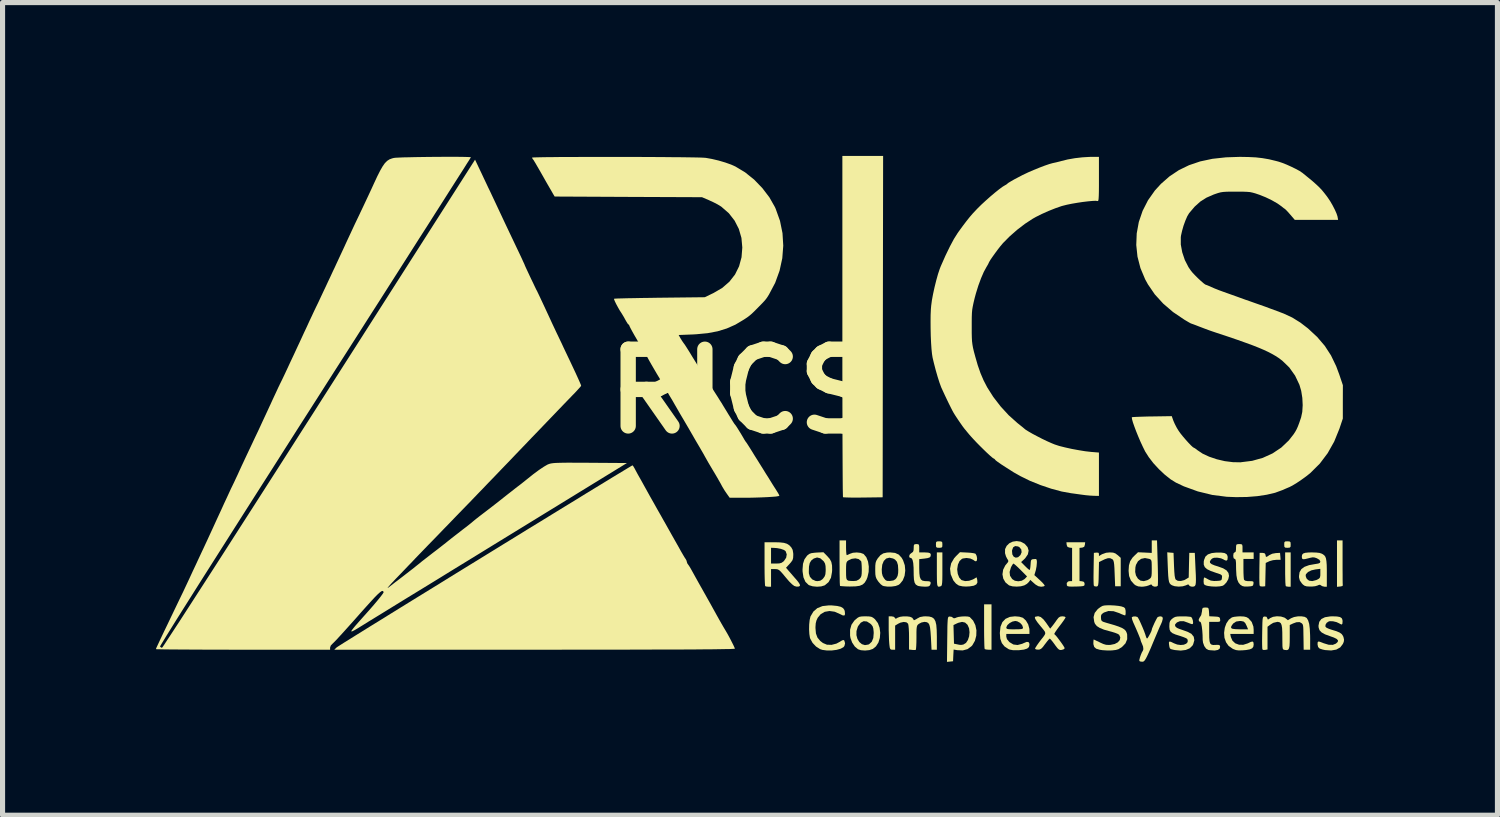
<source format=kicad_pcb>
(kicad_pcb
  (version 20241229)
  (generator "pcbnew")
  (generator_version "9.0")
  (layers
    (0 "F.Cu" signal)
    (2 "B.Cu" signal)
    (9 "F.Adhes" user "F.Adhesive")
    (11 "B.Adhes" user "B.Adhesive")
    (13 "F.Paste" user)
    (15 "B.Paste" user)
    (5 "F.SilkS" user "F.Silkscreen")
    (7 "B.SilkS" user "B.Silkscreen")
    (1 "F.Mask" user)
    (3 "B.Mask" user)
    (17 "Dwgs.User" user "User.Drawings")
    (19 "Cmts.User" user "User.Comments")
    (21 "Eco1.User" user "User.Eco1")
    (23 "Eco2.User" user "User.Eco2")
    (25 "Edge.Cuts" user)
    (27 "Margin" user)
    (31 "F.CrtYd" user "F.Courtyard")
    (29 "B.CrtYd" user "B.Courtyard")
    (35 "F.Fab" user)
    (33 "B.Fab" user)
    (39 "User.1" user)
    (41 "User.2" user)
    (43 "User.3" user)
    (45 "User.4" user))
  (footprint "RICS"
    (layer "F.Cu")
    (at 11.45 4.602)
    (property "Reference" "RICS" (at 0 0 0) (layer "F.SilkS") (effects (font (size 1.5 1.5) (thickness 0.3))))
    (attr board_only exclude_from_pos_files exclude_from_bom)
    (fp_poly (pts (xy 10.743 3.488) (xy 10.743 3.823) (xy 10.701 3.823) (xy 10.663 3.818) (xy 10.647 3.811) (xy 10.643 3.789) (xy 10.639 3.738) (xy 10.637 3.662) (xy 10.635 3.569) (xy 10.635 3.475) (xy 10.635 3.152) (xy 10.689 3.152) (xy 10.743 3.152)) (stroke (width 0) (type solid)) (fill yes) (layer "F.SilkS"))
    (fp_poly (pts (xy 4.892 4.611) (xy 4.892 5.055) (xy 4.831 5.055) (xy 4.786 5.051) (xy 4.76 5.043) (xy 4.759 5.043) (xy 4.755 5.022) (xy 4.752 4.97) (xy 4.75 4.892) (xy 4.748 4.794) (xy 4.747 4.679) (xy 4.747 4.599) (xy 4.747 4.167) (xy 4.819 4.167) (xy 4.892 4.167)) (stroke (width 0) (type solid)) (fill yes) (layer "F.SilkS"))
    (fp_poly (pts (xy 11.758 3.352) (xy 11.758 3.474) (xy 11.759 3.584) (xy 11.759 3.677) (xy 11.76 3.747) (xy 11.762 3.789) (xy 11.762 3.8) (xy 11.75 3.811) (xy 11.713 3.819) (xy 11.708 3.819) (xy 11.649 3.825) (xy 11.649 3.371) (xy 11.649 2.917) (xy 11.704 2.917) (xy 11.758 2.917)) (stroke (width 0) (type solid)) (fill yes) (layer "F.SilkS"))
    (fp_poly (pts (xy 3.91 2.938) (xy 3.928 2.954) (xy 3.931 2.994) (xy 3.931 2.998) (xy 3.929 3.041) (xy 3.913 3.058) (xy 3.873 3.062) (xy 3.868 3.062) (xy 3.825 3.059) (xy 3.808 3.043) (xy 3.805 3.003) (xy 3.805 2.998) (xy 3.807 2.956) (xy 3.823 2.938) (xy 3.863 2.935) (xy 3.868 2.935)) (stroke (width 0) (type solid)) (fill yes) (layer "F.SilkS"))
    (fp_poly (pts (xy 10.722 2.938) (xy 10.74 2.954) (xy 10.743 2.994) (xy 10.743 2.998) (xy 10.741 3.041) (xy 10.725 3.058) (xy 10.685 3.062) (xy 10.68 3.062) (xy 10.637 3.059) (xy 10.62 3.043) (xy 10.617 3.003) (xy 10.617 2.998) (xy 10.619 2.956) (xy 10.635 2.938) (xy 10.675 2.935) (xy 10.68 2.935)) (stroke (width 0) (type solid)) (fill yes) (layer "F.SilkS"))
    (fp_poly (pts (xy 3.931 3.477) (xy 3.931 3.594) (xy 3.93 3.681) (xy 3.927 3.74) (xy 3.922 3.779) (xy 3.915 3.801) (xy 3.905 3.811) (xy 3.903 3.812) (xy 3.875 3.821) (xy 3.855 3.823) (xy 3.841 3.813) (xy 3.831 3.787) (xy 3.826 3.739) (xy 3.824 3.667) (xy 3.823 3.566) (xy 3.823 3.488) (xy 3.823 3.152) (xy 3.877 3.152) (xy 3.931 3.152)) (stroke (width 0) (type solid)) (fill yes) (layer "F.SilkS"))
    (fp_poly (pts (xy 2.767 -1.264) (xy 2.763 2.074) (xy 2.381 2.079) (xy 2.267 2.08) (xy 2.165 2.08) (xy 2.082 2.078) (xy 2.021 2.076) (xy 1.99 2.073) (xy 1.987 2.072) (xy 1.986 2.053) (xy 1.985 1.999) (xy 1.983 1.913) (xy 1.982 1.796) (xy 1.981 1.65) (xy 1.98 1.476) (xy 1.979 1.278) (xy 1.978 1.055) (xy 1.977 0.811) (xy 1.977 0.547) (xy 1.976 0.264) (xy 1.976 -0.035) (xy 1.975 -0.349) (xy 1.975 -0.675) (xy 1.975 -1.013) (xy 1.975 -1.271) (xy 1.975 -4.602) (xy 2.373 -4.602) (xy 2.772 -4.602)) (stroke (width 0) (type solid)) (fill yes) (layer "F.SilkS"))
    (fp_poly (pts (xy 10.232 3.168) (xy 10.249 3.192) (xy 10.251 3.202) (xy 10.257 3.233) (xy 10.271 3.24) (xy 10.299 3.224) (xy 10.324 3.206) (xy 10.382 3.178) (xy 10.454 3.165) (xy 10.454 3.165) (xy 10.535 3.161) (xy 10.541 3.229) (xy 10.546 3.297) (xy 10.464 3.297) (xy 10.397 3.304) (xy 10.332 3.322) (xy 10.319 3.328) (xy 10.255 3.358) (xy 10.25 3.586) (xy 10.245 3.814) (xy 10.195 3.819) (xy 10.153 3.816) (xy 10.136 3.801) (xy 10.133 3.775) (xy 10.131 3.72) (xy 10.13 3.641) (xy 10.131 3.546) (xy 10.131 3.469) (xy 10.136 3.161) (xy 10.191 3.161)) (stroke (width 0) (type solid)) (fill yes) (layer "F.SilkS"))
    (fp_poly (pts (xy 6.718 3.003) (xy 6.705 3.042) (xy 6.671 3.057) (xy 6.663 3.058) (xy 6.613 3.064) (xy 6.613 3.388) (xy 6.613 3.712) (xy 6.663 3.717) (xy 6.7 3.729) (xy 6.712 3.758) (xy 6.712 3.768) (xy 6.711 3.79) (xy 6.702 3.803) (xy 6.679 3.811) (xy 6.635 3.816) (xy 6.562 3.819) (xy 6.545 3.819) (xy 6.463 3.821) (xy 6.412 3.819) (xy 6.382 3.813) (xy 6.368 3.801) (xy 6.366 3.797) (xy 6.363 3.751) (xy 6.389 3.721) (xy 6.422 3.714) (xy 6.468 3.714) (xy 6.468 3.389) (xy 6.468 3.064) (xy 6.418 3.058) (xy 6.379 3.045) (xy 6.364 3.011) (xy 6.362 3.003) (xy 6.357 2.953) (xy 6.54 2.953) (xy 6.724 2.953)) (stroke (width 0) (type solid)) (fill yes) (layer "F.SilkS"))
    (fp_poly (pts (xy 8.39 3.156) (xy 8.452 3.161) (xy 8.461 3.408) (xy 8.467 3.526) (xy 8.474 3.61) (xy 8.485 3.663) (xy 8.495 3.684) (xy 8.536 3.708) (xy 8.596 3.711) (xy 8.662 3.694) (xy 8.691 3.678) (xy 8.749 3.643) (xy 8.754 3.402) (xy 8.76 3.161) (xy 8.814 3.161) (xy 8.868 3.161) (xy 8.882 3.477) (xy 8.888 3.597) (xy 8.89 3.685) (xy 8.888 3.746) (xy 8.882 3.786) (xy 8.869 3.809) (xy 8.85 3.819) (xy 8.822 3.822) (xy 8.809 3.822) (xy 8.772 3.812) (xy 8.757 3.796) (xy 8.746 3.78) (xy 8.724 3.782) (xy 8.695 3.796) (xy 8.631 3.815) (xy 8.552 3.821) (xy 8.474 3.813) (xy 8.422 3.795) (xy 8.397 3.779) (xy 8.378 3.758) (xy 8.364 3.726) (xy 8.355 3.678) (xy 8.348 3.608) (xy 8.343 3.513) (xy 8.339 3.418) (xy 8.329 3.15)) (stroke (width 0) (type solid)) (fill yes) (layer "F.SilkS"))
    (fp_poly (pts (xy 7.27 3.156) (xy 7.315 3.172) (xy 7.359 3.205) (xy 7.36 3.205) (xy 7.419 3.258) (xy 7.419 3.536) (xy 7.419 3.814) (xy 7.365 3.814) (xy 7.31 3.814) (xy 7.3 3.562) (xy 7.296 3.46) (xy 7.291 3.388) (xy 7.284 3.34) (xy 7.275 3.31) (xy 7.263 3.292) (xy 7.256 3.286) (xy 7.215 3.266) (xy 7.169 3.265) (xy 7.109 3.285) (xy 7.076 3.301) (xy 6.994 3.34) (xy 6.989 3.577) (xy 6.987 3.673) (xy 6.984 3.739) (xy 6.979 3.781) (xy 6.972 3.804) (xy 6.961 3.815) (xy 6.945 3.819) (xy 6.943 3.819) (xy 6.908 3.815) (xy 6.893 3.801) (xy 6.89 3.775) (xy 6.888 3.72) (xy 6.887 3.641) (xy 6.888 3.546) (xy 6.889 3.469) (xy 6.894 3.161) (xy 6.943 3.156) (xy 6.98 3.157) (xy 6.993 3.176) (xy 6.993 3.187) (xy 6.993 3.224) (xy 7.052 3.188) (xy 7.133 3.159) (xy 7.206 3.152)) (stroke (width 0) (type solid)) (fill yes) (layer "F.SilkS"))
    (fp_poly (pts (xy 4.419 3.155) (xy 4.489 3.16) (xy 4.545 3.168) (xy 4.577 3.177) (xy 4.58 3.18) (xy 4.601 3.219) (xy 4.61 3.269) (xy 4.605 3.31) (xy 4.603 3.314) (xy 4.587 3.327) (xy 4.562 3.318) (xy 4.538 3.3) (xy 4.477 3.271) (xy 4.402 3.261) (xy 4.331 3.271) (xy 4.311 3.28) (xy 4.266 3.322) (xy 4.235 3.39) (xy 4.222 3.473) (xy 4.221 3.488) (xy 4.232 3.572) (xy 4.26 3.643) (xy 4.303 3.691) (xy 4.311 3.695) (xy 4.376 3.713) (xy 4.453 3.707) (xy 4.528 3.681) (xy 4.537 3.676) (xy 4.6 3.639) (xy 4.613 3.688) (xy 4.616 3.741) (xy 4.595 3.778) (xy 4.546 3.803) (xy 4.467 3.816) (xy 4.393 3.82) (xy 4.327 3.816) (xy 4.265 3.803) (xy 4.246 3.796) (xy 4.197 3.762) (xy 4.15 3.706) (xy 4.142 3.693) (xy 4.094 3.58) (xy 4.081 3.47) (xy 4.103 3.365) (xy 4.161 3.266) (xy 4.195 3.228) (xy 4.275 3.148)) (stroke (width 0) (type solid)) (fill yes) (layer "F.SilkS"))
    (fp_poly (pts (xy 1.771 4.189) (xy 1.873 4.199) (xy 1.944 4.216) (xy 1.989 4.242) (xy 2.015 4.279) (xy 2.022 4.304) (xy 2.027 4.36) (xy 2.015 4.386) (xy 1.982 4.384) (xy 1.929 4.358) (xy 1.824 4.312) (xy 1.723 4.298) (xy 1.63 4.314) (xy 1.551 4.36) (xy 1.493 4.43) (xy 1.468 4.483) (xy 1.454 4.539) (xy 1.449 4.612) (xy 1.449 4.632) (xy 1.458 4.737) (xy 1.488 4.818) (xy 1.543 4.884) (xy 1.595 4.924) (xy 1.673 4.957) (xy 1.764 4.96) (xy 1.858 4.936) (xy 1.922 4.902) (xy 1.969 4.873) (xy 1.997 4.865) (xy 2.013 4.876) (xy 2.028 4.929) (xy 2.015 4.982) (xy 1.997 5.005) (xy 1.941 5.036) (xy 1.861 5.058) (xy 1.767 5.07) (xy 1.672 5.07) (xy 1.586 5.059) (xy 1.54 5.044) (xy 1.46 4.993) (xy 1.392 4.921) (xy 1.347 4.839) (xy 1.34 4.818) (xy 1.329 4.747) (xy 1.324 4.657) (xy 1.326 4.562) (xy 1.335 4.475) (xy 1.35 4.409) (xy 1.353 4.402) (xy 1.408 4.309) (xy 1.485 4.242) (xy 1.586 4.202) (xy 1.711 4.188)) (stroke (width 0) (type solid)) (fill yes) (layer "F.SilkS"))
    (fp_poly (pts (xy 2.495 4.404) (xy 2.54 4.411) (xy 2.573 4.427) (xy 2.609 4.456) (xy 2.615 4.462) (xy 2.67 4.535) (xy 2.703 4.625) (xy 2.716 4.724) (xy 2.708 4.823) (xy 2.68 4.915) (xy 2.632 4.99) (xy 2.572 5.039) (xy 2.503 5.063) (xy 2.419 5.071) (xy 2.338 5.065) (xy 2.281 5.046) (xy 2.219 4.994) (xy 2.167 4.917) (xy 2.134 4.827) (xy 2.126 4.78) (xy 2.126 4.771) (xy 2.25 4.771) (xy 2.27 4.845) (xy 2.307 4.905) (xy 2.357 4.947) (xy 2.417 4.965) (xy 2.484 4.954) (xy 2.501 4.945) (xy 2.55 4.899) (xy 2.58 4.826) (xy 2.588 4.73) (xy 2.587 4.705) (xy 2.58 4.639) (xy 2.566 4.596) (xy 2.54 4.562) (xy 2.521 4.545) (xy 2.455 4.503) (xy 2.392 4.497) (xy 2.335 4.526) (xy 2.286 4.589) (xy 2.276 4.608) (xy 2.251 4.691) (xy 2.25 4.771) (xy 2.126 4.771) (xy 2.126 4.663) (xy 2.153 4.567) (xy 2.209 4.486) (xy 2.229 4.468) (xy 2.27 4.433) (xy 2.305 4.413) (xy 2.346 4.405) (xy 2.408 4.402) (xy 2.426 4.402)) (stroke (width 0) (type solid)) (fill yes) (layer "F.SilkS"))
    (fp_poly (pts (xy 9.115 4.232) (xy 9.134 4.244) (xy 9.142 4.275) (xy 9.146 4.315) (xy 9.151 4.401) (xy 9.254 4.406) (xy 9.313 4.41) (xy 9.344 4.419) (xy 9.358 4.435) (xy 9.363 4.461) (xy 9.365 4.489) (xy 9.356 4.504) (xy 9.329 4.51) (xy 9.276 4.511) (xy 9.259 4.511) (xy 9.149 4.511) (xy 9.149 4.717) (xy 9.15 4.818) (xy 9.156 4.887) (xy 9.168 4.931) (xy 9.191 4.954) (xy 9.226 4.963) (xy 9.277 4.961) (xy 9.279 4.961) (xy 9.33 4.96) (xy 9.355 4.97) (xy 9.363 4.988) (xy 9.357 5.031) (xy 9.321 5.059) (xy 9.257 5.071) (xy 9.168 5.065) (xy 9.134 5.06) (xy 9.09 5.035) (xy 9.053 4.984) (xy 9.029 4.917) (xy 9.022 4.863) (xy 9.02 4.769) (xy 9.014 4.681) (xy 9.005 4.604) (xy 8.994 4.547) (xy 8.982 4.515) (xy 8.976 4.511) (xy 8.95 4.498) (xy 8.944 4.467) (xy 8.96 4.43) (xy 8.967 4.421) (xy 8.994 4.376) (xy 9.007 4.311) (xy 9.008 4.308) (xy 9.013 4.26) (xy 9.025 4.237) (xy 9.053 4.231) (xy 9.077 4.23)) (stroke (width 0) (type solid)) (fill yes) (layer "F.SilkS"))
    (fp_poly (pts (xy 3.458 2.992) (xy 3.473 3.005) (xy 3.478 3.04) (xy 3.478 3.071) (xy 3.478 3.152) (xy 3.586 3.152) (xy 3.654 3.156) (xy 3.692 3.168) (xy 3.705 3.194) (xy 3.7 3.229) (xy 3.684 3.249) (xy 3.644 3.263) (xy 3.585 3.272) (xy 3.478 3.284) (xy 3.478 3.459) (xy 3.481 3.561) (xy 3.49 3.632) (xy 3.509 3.678) (xy 3.539 3.703) (xy 3.585 3.713) (xy 3.614 3.714) (xy 3.672 3.717) (xy 3.699 3.73) (xy 3.702 3.757) (xy 3.694 3.782) (xy 3.68 3.806) (xy 3.655 3.818) (xy 3.609 3.822) (xy 3.583 3.822) (xy 3.52 3.818) (xy 3.467 3.81) (xy 3.448 3.804) (xy 3.411 3.781) (xy 3.388 3.743) (xy 3.375 3.683) (xy 3.37 3.594) (xy 3.37 3.573) (xy 3.368 3.45) (xy 3.361 3.36) (xy 3.348 3.3) (xy 3.33 3.268) (xy 3.312 3.261) (xy 3.286 3.249) (xy 3.282 3.221) (xy 3.296 3.188) (xy 3.328 3.162) (xy 3.329 3.162) (xy 3.356 3.142) (xy 3.368 3.108) (xy 3.37 3.067) (xy 3.372 3.018) (xy 3.382 2.996) (xy 3.407 2.99) (xy 3.424 2.989)) (stroke (width 0) (type solid)) (fill yes) (layer "F.SilkS"))
    (fp_poly (pts (xy 9.777 2.991) (xy 9.795 3.003) (xy 9.801 3.035) (xy 9.801 3.071) (xy 9.801 3.152) (xy 9.91 3.152) (xy 10.019 3.152) (xy 10.019 3.216) (xy 10.019 3.279) (xy 9.919 3.279) (xy 9.819 3.279) (xy 9.819 3.468) (xy 9.82 3.55) (xy 9.823 3.619) (xy 9.827 3.668) (xy 9.83 3.685) (xy 9.85 3.704) (xy 9.895 3.713) (xy 9.931 3.714) (xy 9.984 3.715) (xy 10.01 3.722) (xy 10.017 3.74) (xy 10.015 3.764) (xy 10.009 3.792) (xy 9.994 3.808) (xy 9.96 3.815) (xy 9.907 3.819) (xy 9.843 3.82) (xy 9.799 3.81) (xy 9.764 3.788) (xy 9.757 3.783) (xy 9.722 3.74) (xy 9.697 3.681) (xy 9.682 3.599) (xy 9.676 3.488) (xy 9.675 3.438) (xy 9.674 3.359) (xy 9.669 3.311) (xy 9.661 3.286) (xy 9.648 3.279) (xy 9.647 3.279) (xy 9.627 3.265) (xy 9.62 3.222) (xy 9.62 3.216) (xy 9.626 3.169) (xy 9.645 3.152) (xy 9.647 3.152) (xy 9.665 3.142) (xy 9.673 3.105) (xy 9.674 3.071) (xy 9.676 3.021) (xy 9.685 2.997) (xy 9.71 2.99) (xy 9.738 2.989)) (stroke (width 0) (type solid)) (fill yes) (layer "F.SilkS"))
    (fp_poly (pts (xy 1.68 3.225) (xy 1.729 3.281) (xy 1.759 3.338) (xy 1.773 3.407) (xy 1.775 3.498) (xy 1.772 3.538) (xy 1.752 3.648) (xy 1.705 3.733) (xy 1.634 3.793) (xy 1.627 3.797) (xy 1.561 3.817) (xy 1.479 3.823) (xy 1.395 3.815) (xy 1.326 3.794) (xy 1.311 3.785) (xy 1.252 3.727) (xy 1.214 3.64) (xy 1.197 3.526) (xy 1.197 3.524) (xy 1.319 3.524) (xy 1.32 3.562) (xy 1.34 3.628) (xy 1.386 3.68) (xy 1.451 3.71) (xy 1.486 3.714) (xy 1.541 3.706) (xy 1.584 3.678) (xy 1.602 3.658) (xy 1.629 3.62) (xy 1.643 3.579) (xy 1.648 3.521) (xy 1.649 3.488) (xy 1.646 3.418) (xy 1.636 3.371) (xy 1.615 3.333) (xy 1.603 3.319) (xy 1.543 3.267) (xy 1.48 3.251) (xy 1.415 3.272) (xy 1.414 3.273) (xy 1.367 3.31) (xy 1.337 3.359) (xy 1.322 3.429) (xy 1.319 3.524) (xy 1.197 3.524) (xy 1.196 3.487) (xy 1.205 3.375) (xy 1.233 3.288) (xy 1.283 3.218) (xy 1.294 3.207) (xy 1.327 3.182) (xy 1.367 3.167) (xy 1.425 3.159) (xy 1.474 3.155) (xy 1.605 3.149)) (stroke (width 0) (type solid)) (fill yes) (layer "F.SilkS"))
    (fp_poly (pts (xy 3.006 3.162) (xy 3.078 3.195) (xy 3.134 3.256) (xy 3.162 3.305) (xy 3.196 3.404) (xy 3.205 3.508) (xy 3.192 3.609) (xy 3.157 3.698) (xy 3.101 3.767) (xy 3.073 3.788) (xy 3.016 3.809) (xy 2.939 3.82) (xy 2.857 3.821) (xy 2.786 3.811) (xy 2.759 3.801) (xy 2.725 3.775) (xy 2.685 3.731) (xy 2.669 3.709) (xy 2.643 3.668) (xy 2.628 3.629) (xy 2.62 3.58) (xy 2.618 3.511) (xy 2.618 3.488) (xy 2.618 3.485) (xy 2.745 3.485) (xy 2.749 3.559) (xy 2.763 3.612) (xy 2.788 3.656) (xy 2.818 3.693) (xy 2.848 3.709) (xy 2.894 3.711) (xy 2.912 3.71) (xy 2.972 3.701) (xy 3.011 3.678) (xy 3.032 3.655) (xy 3.055 3.612) (xy 3.066 3.556) (xy 3.068 3.492) (xy 3.062 3.4) (xy 3.042 3.335) (xy 3.005 3.292) (xy 2.967 3.271) (xy 2.894 3.255) (xy 2.832 3.272) (xy 2.785 3.319) (xy 2.755 3.392) (xy 2.745 3.485) (xy 2.618 3.485) (xy 2.619 3.41) (xy 2.625 3.357) (xy 2.638 3.317) (xy 2.661 3.278) (xy 2.668 3.267) (xy 2.719 3.207) (xy 2.775 3.171) (xy 2.847 3.155) (xy 2.91 3.152)) (stroke (width 0) (type solid)) (fill yes) (layer "F.SilkS"))
    (fp_poly (pts (xy 4.428 4.406) (xy 4.465 4.415) (xy 4.466 4.416) (xy 4.532 4.485) (xy 4.576 4.574) (xy 4.597 4.675) (xy 4.594 4.78) (xy 4.568 4.88) (xy 4.518 4.967) (xy 4.5 4.987) (xy 4.423 5.044) (xy 4.329 5.069) (xy 4.222 5.064) (xy 4.151 5.052) (xy 4.145 5.166) (xy 4.14 5.281) (xy 4.081 5.287) (xy 4.021 5.293) (xy 4.026 4.852) (xy 4.028 4.715) (xy 4.029 4.609) (xy 4.03 4.573) (xy 4.148 4.573) (xy 4.153 4.755) (xy 4.158 4.937) (xy 4.212 4.948) (xy 4.265 4.959) (xy 4.299 4.961) (xy 4.329 4.956) (xy 4.343 4.953) (xy 4.393 4.922) (xy 4.43 4.866) (xy 4.454 4.794) (xy 4.462 4.714) (xy 4.453 4.636) (xy 4.424 4.57) (xy 4.422 4.567) (xy 4.375 4.524) (xy 4.316 4.511) (xy 4.242 4.529) (xy 4.212 4.542) (xy 4.148 4.573) (xy 4.03 4.573) (xy 4.032 4.531) (xy 4.035 4.477) (xy 4.039 4.442) (xy 4.045 4.421) (xy 4.053 4.411) (xy 4.064 4.407) (xy 4.07 4.406) (xy 4.112 4.412) (xy 4.133 4.426) (xy 4.156 4.441) (xy 4.186 4.435) (xy 4.202 4.427) (xy 4.245 4.414) (xy 4.305 4.406) (xy 4.371 4.403)) (stroke (width 0) (type solid)) (fill yes) (layer "F.SilkS"))
    (fp_poly (pts (xy 9.829 4.406) (xy 9.879 4.418) (xy 9.917 4.44) (xy 9.981 4.512) (xy 10.014 4.603) (xy 10.019 4.664) (xy 10.019 4.747) (xy 9.79 4.747) (xy 9.561 4.747) (xy 9.573 4.806) (xy 9.604 4.878) (xy 9.659 4.93) (xy 9.732 4.957) (xy 9.815 4.959) (xy 9.901 4.932) (xy 9.906 4.93) (xy 9.964 4.902) (xy 9.998 4.895) (xy 10.014 4.91) (xy 10.019 4.947) (xy 10.019 4.955) (xy 10.012 4.998) (xy 9.989 5.028) (xy 9.944 5.048) (xy 9.873 5.061) (xy 9.801 5.067) (xy 9.728 5.069) (xy 9.673 5.062) (xy 9.622 5.043) (xy 9.603 5.033) (xy 9.528 4.979) (xy 9.479 4.91) (xy 9.448 4.822) (xy 9.441 4.725) (xy 9.454 4.628) (xy 9.46 4.609) (xy 9.577 4.609) (xy 9.58 4.632) (xy 9.606 4.646) (xy 9.661 4.653) (xy 9.747 4.656) (xy 9.761 4.656) (xy 9.91 4.656) (xy 9.882 4.589) (xy 9.854 4.533) (xy 9.822 4.504) (xy 9.773 4.494) (xy 9.75 4.493) (xy 9.677 4.504) (xy 9.622 4.54) (xy 9.594 4.576) (xy 9.577 4.609) (xy 9.46 4.609) (xy 9.486 4.539) (xy 9.534 4.468) (xy 9.594 4.423) (xy 9.637 4.412) (xy 9.7 4.405) (xy 9.754 4.402)) (stroke (width 0) (type solid)) (fill yes) (layer "F.SilkS"))
    (fp_poly (pts (xy 11.648 4.405) (xy 11.707 4.416) (xy 11.741 4.438) (xy 11.756 4.473) (xy 11.758 4.503) (xy 11.754 4.549) (xy 11.738 4.563) (xy 11.705 4.548) (xy 11.693 4.54) (xy 11.639 4.515) (xy 11.571 4.499) (xy 11.508 4.497) (xy 11.488 4.502) (xy 11.447 4.529) (xy 11.423 4.57) (xy 11.424 4.607) (xy 11.446 4.626) (xy 11.492 4.647) (xy 11.546 4.665) (xy 11.638 4.693) (xy 11.701 4.72) (xy 11.742 4.75) (xy 11.767 4.787) (xy 11.776 4.81) (xy 11.787 4.859) (xy 11.781 4.902) (xy 11.764 4.942) (xy 11.712 5.01) (xy 11.635 5.053) (xy 11.535 5.07) (xy 11.416 5.062) (xy 11.369 5.052) (xy 11.31 5.033) (xy 11.28 5.003) (xy 11.269 4.955) (xy 11.269 4.941) (xy 11.271 4.909) (xy 11.284 4.895) (xy 11.312 4.899) (xy 11.365 4.919) (xy 11.387 4.928) (xy 11.485 4.958) (xy 11.568 4.96) (xy 11.627 4.936) (xy 11.663 4.903) (xy 11.669 4.873) (xy 11.644 4.845) (xy 11.586 4.816) (xy 11.512 4.79) (xy 11.414 4.754) (xy 11.348 4.717) (xy 11.308 4.675) (xy 11.29 4.623) (xy 11.287 4.586) (xy 11.302 4.51) (xy 11.343 4.455) (xy 11.413 4.42) (xy 11.513 4.404) (xy 11.559 4.402)) (stroke (width 0) (type solid)) (fill yes) (layer "F.SilkS"))
    (fp_poly (pts (xy 5.436 4.409) (xy 5.501 4.429) (xy 5.508 4.432) (xy 5.565 4.485) (xy 5.609 4.559) (xy 5.632 4.643) (xy 5.634 4.672) (xy 5.634 4.747) (xy 5.408 4.747) (xy 5.181 4.747) (xy 5.181 4.799) (xy 5.194 4.848) (xy 5.235 4.898) (xy 5.245 4.908) (xy 5.32 4.953) (xy 5.402 4.963) (xy 5.493 4.939) (xy 5.517 4.928) (xy 5.577 4.903) (xy 5.614 4.904) (xy 5.632 4.932) (xy 5.634 4.961) (xy 5.624 5.003) (xy 5.589 5.033) (xy 5.526 5.053) (xy 5.433 5.064) (xy 5.407 5.065) (xy 5.315 5.065) (xy 5.25 5.053) (xy 5.226 5.044) (xy 5.146 4.991) (xy 5.094 4.926) (xy 5.064 4.842) (xy 5.055 4.733) (xy 5.055 4.725) (xy 5.066 4.621) (xy 5.181 4.621) (xy 5.185 4.638) (xy 5.199 4.648) (xy 5.23 4.654) (xy 5.286 4.656) (xy 5.345 4.656) (xy 5.422 4.655) (xy 5.471 4.652) (xy 5.496 4.646) (xy 5.506 4.634) (xy 5.508 4.622) (xy 5.491 4.574) (xy 5.451 4.53) (xy 5.396 4.5) (xy 5.356 4.493) (xy 5.3 4.505) (xy 5.245 4.535) (xy 5.202 4.574) (xy 5.182 4.616) (xy 5.181 4.621) (xy 5.066 4.621) (xy 5.067 4.607) (xy 5.104 4.516) (xy 5.166 4.451) (xy 5.252 4.413) (xy 5.349 4.402)) (stroke (width 0) (type solid)) (fill yes) (layer "F.SilkS"))
    (fp_poly (pts (xy 8.142 3.352) (xy 8.145 3.474) (xy 8.147 3.585) (xy 8.148 3.678) (xy 8.147 3.75) (xy 8.145 3.793) (xy 8.143 3.805) (xy 8.116 3.82) (xy 8.076 3.821) (xy 8.042 3.808) (xy 8.033 3.796) (xy 8.021 3.78) (xy 8 3.782) (xy 7.971 3.796) (xy 7.921 3.812) (xy 7.856 3.822) (xy 7.829 3.823) (xy 7.762 3.817) (xy 7.712 3.797) (xy 7.681 3.774) (xy 7.618 3.702) (xy 7.583 3.613) (xy 7.575 3.534) (xy 7.702 3.534) (xy 7.717 3.603) (xy 7.755 3.665) (xy 7.755 3.666) (xy 7.806 3.704) (xy 7.871 3.714) (xy 7.941 3.695) (xy 7.973 3.677) (xy 7.998 3.658) (xy 8.013 3.638) (xy 8.021 3.608) (xy 8.025 3.562) (xy 8.026 3.489) (xy 8.026 3.468) (xy 8.025 3.388) (xy 8.023 3.337) (xy 8.016 3.307) (xy 8.004 3.291) (xy 7.984 3.281) (xy 7.979 3.279) (xy 7.893 3.262) (xy 7.818 3.278) (xy 7.757 3.324) (xy 7.717 3.396) (xy 7.706 3.445) (xy 7.702 3.534) (xy 7.575 3.534) (xy 7.573 3.511) (xy 7.58 3.406) (xy 7.604 3.324) (xy 7.649 3.255) (xy 7.683 3.22) (xy 7.757 3.149) (xy 7.891 3.155) (xy 8.026 3.162) (xy 8.026 3.039) (xy 8.026 2.917) (xy 8.077 2.917) (xy 8.129 2.917)) (stroke (width 0) (type solid)) (fill yes) (layer "F.SilkS"))
    (fp_poly (pts (xy 9.448 3.164) (xy 9.489 3.186) (xy 9.508 3.221) (xy 9.511 3.252) (xy 9.505 3.299) (xy 9.483 3.314) (xy 9.444 3.299) (xy 9.424 3.287) (xy 9.381 3.268) (xy 9.321 3.257) (xy 9.301 3.255) (xy 9.244 3.257) (xy 9.207 3.272) (xy 9.183 3.295) (xy 9.163 3.329) (xy 9.166 3.356) (xy 9.196 3.381) (xy 9.255 3.406) (xy 9.323 3.427) (xy 9.422 3.463) (xy 9.489 3.504) (xy 9.526 3.554) (xy 9.537 3.611) (xy 9.523 3.676) (xy 9.486 3.74) (xy 9.438 3.79) (xy 9.408 3.806) (xy 9.356 3.816) (xy 9.282 3.821) (xy 9.202 3.818) (xy 9.129 3.809) (xy 9.099 3.802) (xy 9.061 3.788) (xy 9.044 3.764) (xy 9.04 3.72) (xy 9.04 3.713) (xy 9.043 3.668) (xy 9.051 3.643) (xy 9.054 3.642) (xy 9.077 3.65) (xy 9.117 3.672) (xy 9.128 3.679) (xy 9.181 3.703) (xy 9.243 3.711) (xy 9.291 3.71) (xy 9.349 3.706) (xy 9.38 3.698) (xy 9.394 3.681) (xy 9.399 3.649) (xy 9.399 3.647) (xy 9.401 3.616) (xy 9.392 3.596) (xy 9.367 3.58) (xy 9.317 3.562) (xy 9.287 3.553) (xy 9.181 3.516) (xy 9.108 3.48) (xy 9.063 3.44) (xy 9.043 3.391) (xy 9.043 3.331) (xy 9.049 3.3) (xy 9.075 3.235) (xy 9.124 3.191) (xy 9.2 3.165) (xy 9.282 3.156) (xy 9.38 3.155)) (stroke (width 0) (type solid)) (fill yes) (layer "F.SilkS"))
    (fp_poly (pts (xy 0.752 2.956) (xy 0.832 2.965) (xy 0.891 2.983) (xy 0.937 3.012) (xy 0.977 3.055) (xy 1.003 3.103) (xy 1.014 3.169) (xy 1.015 3.2) (xy 1.012 3.26) (xy 1 3.303) (xy 0.971 3.344) (xy 0.944 3.375) (xy 0.873 3.452) (xy 0.921 3.508) (xy 0.958 3.55) (xy 1.007 3.607) (xy 1.059 3.667) (xy 1.06 3.667) (xy 1.113 3.731) (xy 1.141 3.775) (xy 1.147 3.801) (xy 1.131 3.816) (xy 1.117 3.82) (xy 1.076 3.821) (xy 1.034 3.808) (xy 0.989 3.774) (xy 0.933 3.718) (xy 0.868 3.642) (xy 0.81 3.572) (xy 0.769 3.526) (xy 0.738 3.498) (xy 0.711 3.484) (xy 0.683 3.479) (xy 0.657 3.478) (xy 0.58 3.478) (xy 0.58 3.651) (xy 0.58 3.823) (xy 0.528 3.823) (xy 0.487 3.819) (xy 0.465 3.811) (xy 0.462 3.79) (xy 0.459 3.738) (xy 0.456 3.66) (xy 0.454 3.562) (xy 0.453 3.449) (xy 0.453 3.376) (xy 0.453 3.062) (xy 0.58 3.062) (xy 0.58 3.216) (xy 0.58 3.37) (xy 0.681 3.37) (xy 0.744 3.367) (xy 0.786 3.355) (xy 0.822 3.33) (xy 0.835 3.317) (xy 0.876 3.255) (xy 0.887 3.19) (xy 0.866 3.13) (xy 0.864 3.127) (xy 0.83 3.103) (xy 0.77 3.082) (xy 0.696 3.068) (xy 0.63 3.063) (xy 0.58 3.062) (xy 0.453 3.062) (xy 0.453 2.953) (xy 0.644 2.953)) (stroke (width 0) (type solid)) (fill yes) (layer "F.SilkS"))
    (fp_poly (pts (xy 8.234 4.414) (xy 8.242 4.448) (xy 8.227 4.507) (xy 8.208 4.552) (xy 8.182 4.608) (xy 8.15 4.682) (xy 8.118 4.758) (xy 8.117 4.76) (xy 8.055 4.907) (xy 8.006 5.025) (xy 7.966 5.115) (xy 7.935 5.182) (xy 7.91 5.23) (xy 7.89 5.261) (xy 7.874 5.279) (xy 7.858 5.288) (xy 7.841 5.29) (xy 7.836 5.29) (xy 7.799 5.285) (xy 7.783 5.275) (xy 7.784 5.251) (xy 7.795 5.207) (xy 7.813 5.155) (xy 7.832 5.109) (xy 7.849 5.08) (xy 7.85 5.08) (xy 7.862 5.045) (xy 7.856 4.992) (xy 7.835 4.939) (xy 7.817 4.897) (xy 7.808 4.869) (xy 7.808 4.868) (xy 7.803 4.846) (xy 7.785 4.801) (xy 7.755 4.728) (xy 7.712 4.628) (xy 7.661 4.514) (xy 7.643 4.465) (xy 7.636 4.428) (xy 7.637 4.419) (xy 7.663 4.406) (xy 7.705 4.404) (xy 7.743 4.414) (xy 7.747 4.416) (xy 7.762 4.438) (xy 7.787 4.485) (xy 7.816 4.549) (xy 7.847 4.62) (xy 7.876 4.691) (xy 7.898 4.751) (xy 7.909 4.787) (xy 7.922 4.823) (xy 7.934 4.837) (xy 7.948 4.823) (xy 7.97 4.787) (xy 7.995 4.741) (xy 8.016 4.698) (xy 8.026 4.668) (xy 8.026 4.665) (xy 8.033 4.638) (xy 8.053 4.591) (xy 8.078 4.534) (xy 8.106 4.478) (xy 8.129 4.435) (xy 8.143 4.416) (xy 8.175 4.405) (xy 8.202 4.403)) (stroke (width 0) (type solid)) (fill yes) (layer "F.SilkS"))
    (fp_poly (pts (xy 8.701 4.404) (xy 8.759 4.409) (xy 8.794 4.414) (xy 8.798 4.416) (xy 8.816 4.442) (xy 8.83 4.484) (xy 8.835 4.526) (xy 8.829 4.552) (xy 8.827 4.554) (xy 8.802 4.553) (xy 8.759 4.537) (xy 8.74 4.529) (xy 8.654 4.498) (xy 8.575 4.498) (xy 8.519 4.521) (xy 8.483 4.559) (xy 8.483 4.594) (xy 8.517 4.627) (xy 8.56 4.646) (xy 8.632 4.671) (xy 8.708 4.698) (xy 8.723 4.703) (xy 8.801 4.744) (xy 8.847 4.801) (xy 8.859 4.869) (xy 8.837 4.947) (xy 8.822 4.975) (xy 8.769 5.027) (xy 8.691 5.06) (xy 8.593 5.072) (xy 8.48 5.062) (xy 8.446 5.055) (xy 8.403 5.044) (xy 8.382 5.03) (xy 8.372 5.003) (xy 8.365 4.96) (xy 8.361 4.915) (xy 8.37 4.896) (xy 8.399 4.9) (xy 8.453 4.926) (xy 8.456 4.928) (xy 8.524 4.954) (xy 8.592 4.963) (xy 8.653 4.957) (xy 8.7 4.937) (xy 8.728 4.906) (xy 8.729 4.866) (xy 8.719 4.844) (xy 8.696 4.829) (xy 8.648 4.809) (xy 8.585 4.787) (xy 8.578 4.785) (xy 8.489 4.757) (xy 8.43 4.731) (xy 8.394 4.701) (xy 8.376 4.664) (xy 8.37 4.612) (xy 8.37 4.593) (xy 8.373 4.533) (xy 8.384 4.495) (xy 8.41 4.463) (xy 8.426 4.449) (xy 8.458 4.426) (xy 8.491 4.412) (xy 8.535 4.405) (xy 8.602 4.403) (xy 8.63 4.403)) (stroke (width 0) (type solid)) (fill yes) (layer "F.SilkS"))
    (fp_poly (pts (xy 2.047 3.062) (xy 2.049 3.129) (xy 2.053 3.179) (xy 2.059 3.205) (xy 2.061 3.206) (xy 2.085 3.197) (xy 2.12 3.18) (xy 2.181 3.159) (xy 2.256 3.153) (xy 2.33 3.161) (xy 2.388 3.182) (xy 2.395 3.188) (xy 2.444 3.247) (xy 2.477 3.331) (xy 2.492 3.429) (xy 2.489 3.534) (xy 2.466 3.636) (xy 2.446 3.687) (xy 2.412 3.743) (xy 2.37 3.781) (xy 2.313 3.805) (xy 2.235 3.816) (xy 2.128 3.819) (xy 2.113 3.819) (xy 2.037 3.817) (xy 1.976 3.813) (xy 1.938 3.81) (xy 1.929 3.807) (xy 1.927 3.787) (xy 1.924 3.736) (xy 1.923 3.659) (xy 1.921 3.561) (xy 1.921 3.515) (xy 2.047 3.515) (xy 2.048 3.601) (xy 2.052 3.656) (xy 2.065 3.689) (xy 2.091 3.705) (xy 2.136 3.71) (xy 2.188 3.712) (xy 2.25 3.707) (xy 2.294 3.684) (xy 2.311 3.67) (xy 2.334 3.643) (xy 2.347 3.612) (xy 2.353 3.568) (xy 2.355 3.5) (xy 2.355 3.484) (xy 2.353 3.414) (xy 2.349 3.358) (xy 2.343 3.325) (xy 2.341 3.323) (xy 2.295 3.283) (xy 2.23 3.268) (xy 2.157 3.278) (xy 2.093 3.308) (xy 2.072 3.324) (xy 2.059 3.343) (xy 2.051 3.374) (xy 2.048 3.424) (xy 2.047 3.501) (xy 2.047 3.515) (xy 1.921 3.515) (xy 1.921 3.447) (xy 1.92 3.358) (xy 1.92 2.917) (xy 1.984 2.917) (xy 2.047 2.917)) (stroke (width 0) (type solid)) (fill yes) (layer "F.SilkS"))
    (fp_poly (pts (xy 5.855 4.416) (xy 5.908 4.462) (xy 5.959 4.527) (xy 6.039 4.643) (xy 6.077 4.597) (xy 6.111 4.553) (xy 6.151 4.498) (xy 6.165 4.477) (xy 6.202 4.43) (xy 6.234 4.408) (xy 6.275 4.402) (xy 6.279 4.402) (xy 6.32 4.407) (xy 6.341 4.42) (xy 6.341 4.422) (xy 6.33 4.443) (xy 6.302 4.486) (xy 6.26 4.544) (xy 6.223 4.592) (xy 6.176 4.655) (xy 6.141 4.706) (xy 6.122 4.739) (xy 6.12 4.75) (xy 6.14 4.768) (xy 6.174 4.807) (xy 6.214 4.86) (xy 6.256 4.917) (xy 6.292 4.969) (xy 6.316 5.009) (xy 6.323 5.026) (xy 6.307 5.045) (xy 6.269 5.058) (xy 6.266 5.059) (xy 6.236 5.061) (xy 6.211 5.052) (xy 6.183 5.026) (xy 6.146 4.979) (xy 6.127 4.952) (xy 6.087 4.898) (xy 6.053 4.857) (xy 6.033 4.838) (xy 6.031 4.837) (xy 6.015 4.851) (xy 5.984 4.887) (xy 5.945 4.938) (xy 5.939 4.945) (xy 5.896 5.003) (xy 5.863 5.036) (xy 5.833 5.051) (xy 5.802 5.054) (xy 5.761 5.049) (xy 5.743 5.035) (xy 5.743 5.034) (xy 5.754 5.011) (xy 5.782 4.967) (xy 5.823 4.91) (xy 5.852 4.871) (xy 5.903 4.807) (xy 5.933 4.764) (xy 5.944 4.732) (xy 5.935 4.701) (xy 5.906 4.661) (xy 5.858 4.603) (xy 5.851 4.595) (xy 5.79 4.519) (xy 5.754 4.465) (xy 5.739 4.431) (xy 5.744 4.413) (xy 5.749 4.41) (xy 5.804 4.4)) (stroke (width 0) (type solid)) (fill yes) (layer "F.SilkS"))
    (fp_poly (pts (xy 11.246 3.155) (xy 11.307 3.162) (xy 11.352 3.177) (xy 11.37 3.187) (xy 11.398 3.207) (xy 11.419 3.233) (xy 11.433 3.269) (xy 11.442 3.322) (xy 11.448 3.397) (xy 11.45 3.498) (xy 11.45 3.58) (xy 11.45 3.823) (xy 11.405 3.823) (xy 11.362 3.813) (xy 11.338 3.799) (xy 11.316 3.784) (xy 11.286 3.791) (xy 11.27 3.799) (xy 11.223 3.813) (xy 11.157 3.82) (xy 11.119 3.82) (xy 11.056 3.816) (xy 11.015 3.804) (xy 10.982 3.78) (xy 10.96 3.756) (xy 10.922 3.701) (xy 10.907 3.644) (xy 10.906 3.615) (xy 10.909 3.595) (xy 11.036 3.595) (xy 11.041 3.631) (xy 11.059 3.67) (xy 11.103 3.705) (xy 11.166 3.713) (xy 11.243 3.693) (xy 11.261 3.685) (xy 11.298 3.664) (xy 11.316 3.641) (xy 11.323 3.602) (xy 11.323 3.564) (xy 11.323 3.473) (xy 11.228 3.485) (xy 11.147 3.503) (xy 11.083 3.535) (xy 11.044 3.575) (xy 11.036 3.595) (xy 10.909 3.595) (xy 10.917 3.539) (xy 10.952 3.479) (xy 11.013 3.434) (xy 11.103 3.401) (xy 11.226 3.379) (xy 11.228 3.379) (xy 11.285 3.369) (xy 11.314 3.356) (xy 11.323 3.336) (xy 11.323 3.331) (xy 11.306 3.297) (xy 11.256 3.267) (xy 11.213 3.252) (xy 11.175 3.248) (xy 11.127 3.257) (xy 11.089 3.267) (xy 11.023 3.283) (xy 10.984 3.285) (xy 10.966 3.272) (xy 10.961 3.241) (xy 10.961 3.236) (xy 10.966 3.199) (xy 10.987 3.174) (xy 11.028 3.16) (xy 11.096 3.153) (xy 11.159 3.152)) (stroke (width 0) (type solid)) (fill yes) (layer "F.SilkS"))
    (fp_poly (pts (xy 2.981 4.411) (xy 3.001 4.43) (xy 3.012 4.448) (xy 3.032 4.444) (xy 3.054 4.43) (xy 3.102 4.412) (xy 3.167 4.403) (xy 3.237 4.403) (xy 3.298 4.411) (xy 3.339 4.429) (xy 3.341 4.431) (xy 3.364 4.46) (xy 3.37 4.476) (xy 3.383 4.476) (xy 3.416 4.46) (xy 3.436 4.447) (xy 3.494 4.416) (xy 3.561 4.404) (xy 3.6 4.402) (xy 3.673 4.406) (xy 3.728 4.421) (xy 3.768 4.45) (xy 3.795 4.499) (xy 3.812 4.57) (xy 3.82 4.669) (xy 3.823 4.8) (xy 3.823 4.809) (xy 3.823 5.055) (xy 3.771 5.055) (xy 3.719 5.055) (xy 3.707 4.815) (xy 3.699 4.703) (xy 3.69 4.621) (xy 3.676 4.567) (xy 3.655 4.533) (xy 3.626 4.517) (xy 3.587 4.511) (xy 3.578 4.511) (xy 3.521 4.523) (xy 3.472 4.549) (xy 3.452 4.565) (xy 3.439 4.583) (xy 3.431 4.609) (xy 3.426 4.651) (xy 3.424 4.713) (xy 3.424 4.805) (xy 3.424 4.819) (xy 3.423 4.907) (xy 3.42 4.981) (xy 3.416 5.033) (xy 3.411 5.058) (xy 3.411 5.059) (xy 3.385 5.061) (xy 3.34 5.059) (xy 3.338 5.058) (xy 3.279 5.052) (xy 3.279 4.817) (xy 3.278 4.725) (xy 3.274 4.644) (xy 3.268 4.583) (xy 3.261 4.548) (xy 3.26 4.546) (xy 3.227 4.519) (xy 3.174 4.512) (xy 3.11 4.526) (xy 3.066 4.547) (xy 3.007 4.583) (xy 3.007 4.819) (xy 3.007 5.055) (xy 2.956 5.055) (xy 2.928 5.053) (xy 2.912 5.042) (xy 2.902 5.015) (xy 2.895 4.963) (xy 2.892 4.932) (xy 2.887 4.861) (xy 2.884 4.768) (xy 2.881 4.667) (xy 2.881 4.606) (xy 2.881 4.402) (xy 2.936 4.402)) (stroke (width 0) (type solid)) (fill yes) (layer "F.SilkS"))
    (fp_poly (pts (xy 7.216 4.186) (xy 7.297 4.19) (xy 7.374 4.198) (xy 7.431 4.208) (xy 7.437 4.21) (xy 7.483 4.226) (xy 7.505 4.248) (xy 7.514 4.289) (xy 7.515 4.308) (xy 7.515 4.355) (xy 7.508 4.382) (xy 7.503 4.384) (xy 7.479 4.377) (xy 7.432 4.359) (xy 7.389 4.339) (xy 7.279 4.302) (xy 7.179 4.298) (xy 7.093 4.327) (xy 7.087 4.33) (xy 7.048 4.359) (xy 7.033 4.391) (xy 7.033 4.434) (xy 7.037 4.47) (xy 7.049 4.493) (xy 7.076 4.509) (xy 7.126 4.525) (xy 7.156 4.534) (xy 7.281 4.57) (xy 7.375 4.601) (xy 7.443 4.629) (xy 7.49 4.658) (xy 7.52 4.69) (xy 7.537 4.727) (xy 7.545 4.758) (xy 7.546 4.85) (xy 7.512 4.931) (xy 7.444 5.002) (xy 7.375 5.045) (xy 7.323 5.06) (xy 7.245 5.069) (xy 7.155 5.07) (xy 7.063 5.064) (xy 7.008 5.056) (xy 6.939 5.035) (xy 6.901 5.002) (xy 6.885 4.949) (xy 6.884 4.926) (xy 6.886 4.881) (xy 6.889 4.857) (xy 6.891 4.855) (xy 6.909 4.863) (xy 6.95 4.883) (xy 7.007 4.91) (xy 7.01 4.912) (xy 7.078 4.943) (xy 7.132 4.959) (xy 7.186 4.962) (xy 7.221 4.96) (xy 7.302 4.943) (xy 7.363 4.91) (xy 7.401 4.866) (xy 7.411 4.815) (xy 7.389 4.764) (xy 7.387 4.762) (xy 7.36 4.745) (xy 7.307 4.724) (xy 7.238 4.703) (xy 7.207 4.695) (xy 7.092 4.663) (xy 7.009 4.629) (xy 6.951 4.592) (xy 6.915 4.547) (xy 6.901 4.511) (xy 6.888 4.418) (xy 6.91 4.336) (xy 6.967 4.264) (xy 6.991 4.244) (xy 7.032 4.215) (xy 7.067 4.197) (xy 7.108 4.189) (xy 7.167 4.186)) (stroke (width 0) (type solid)) (fill yes) (layer "F.SilkS"))
    (fp_poly (pts (xy 10.553 4.406) (xy 10.621 4.427) (xy 10.641 4.44) (xy 10.689 4.478) (xy 10.75 4.44) (xy 10.809 4.416) (xy 10.881 4.403) (xy 10.954 4.402) (xy 11.016 4.412) (xy 11.056 4.434) (xy 11.084 4.481) (xy 11.105 4.55) (xy 11.117 4.646) (xy 11.123 4.772) (xy 11.124 4.833) (xy 11.124 5.055) (xy 11.06 5.055) (xy 10.997 5.055) (xy 10.994 4.842) (xy 10.992 4.738) (xy 10.991 4.665) (xy 10.989 4.616) (xy 10.985 4.585) (xy 10.98 4.565) (xy 10.972 4.552) (xy 10.962 4.54) (xy 10.919 4.515) (xy 10.855 4.518) (xy 10.789 4.542) (xy 10.725 4.572) (xy 10.725 4.803) (xy 10.724 4.908) (xy 10.72 4.982) (xy 10.71 5.029) (xy 10.693 5.055) (xy 10.668 5.063) (xy 10.631 5.06) (xy 10.624 5.059) (xy 10.606 5.054) (xy 10.593 5.044) (xy 10.586 5.023) (xy 10.582 4.985) (xy 10.581 4.922) (xy 10.58 4.83) (xy 10.58 4.827) (xy 10.579 4.712) (xy 10.575 4.629) (xy 10.565 4.572) (xy 10.549 4.536) (xy 10.525 4.518) (xy 10.492 4.511) (xy 10.48 4.511) (xy 10.403 4.529) (xy 10.353 4.559) (xy 10.29 4.606) (xy 10.29 4.828) (xy 10.29 5.05) (xy 10.244 5.059) (xy 10.205 5.059) (xy 10.189 5.047) (xy 10.187 5.023) (xy 10.185 4.969) (xy 10.184 4.891) (xy 10.185 4.797) (xy 10.186 4.719) (xy 10.188 4.607) (xy 10.19 4.526) (xy 10.193 4.471) (xy 10.198 4.436) (xy 10.205 4.418) (xy 10.216 4.409) (xy 10.231 4.406) (xy 10.233 4.406) (xy 10.27 4.411) (xy 10.285 4.437) (xy 10.293 4.461) (xy 10.306 4.463) (xy 10.336 4.442) (xy 10.34 4.438) (xy 10.398 4.412) (xy 10.474 4.401)) (stroke (width 0) (type solid)) (fill yes) (layer "F.SilkS"))
    (fp_poly (pts (xy 5.463 2.942) (xy 5.538 2.982) (xy 5.542 2.985) (xy 5.597 3.048) (xy 5.618 3.117) (xy 5.603 3.19) (xy 5.553 3.263) (xy 5.535 3.282) (xy 5.471 3.341) (xy 5.548 3.419) (xy 5.59 3.46) (xy 5.623 3.488) (xy 5.637 3.497) (xy 5.645 3.48) (xy 5.652 3.438) (xy 5.656 3.392) (xy 5.66 3.334) (xy 5.668 3.302) (xy 5.685 3.288) (xy 5.716 3.283) (xy 5.72 3.283) (xy 5.757 3.281) (xy 5.774 3.292) (xy 5.779 3.324) (xy 5.779 3.355) (xy 5.773 3.424) (xy 5.759 3.498) (xy 5.754 3.515) (xy 5.73 3.596) (xy 5.836 3.693) (xy 5.885 3.74) (xy 5.919 3.779) (xy 5.933 3.803) (xy 5.932 3.806) (xy 5.909 3.817) (xy 5.865 3.823) (xy 5.86 3.823) (xy 5.808 3.813) (xy 5.755 3.782) (xy 5.724 3.756) (xy 5.651 3.69) (xy 5.622 3.731) (xy 5.585 3.767) (xy 5.535 3.796) (xy 5.533 3.797) (xy 5.465 3.815) (xy 5.384 3.821) (xy 5.304 3.816) (xy 5.242 3.799) (xy 5.234 3.796) (xy 5.165 3.739) (xy 5.122 3.665) (xy 5.106 3.58) (xy 5.113 3.535) (xy 5.246 3.535) (xy 5.254 3.608) (xy 5.296 3.673) (xy 5.348 3.706) (xy 5.415 3.717) (xy 5.483 3.706) (xy 5.539 3.673) (xy 5.544 3.668) (xy 5.587 3.622) (xy 5.462 3.496) (xy 5.407 3.442) (xy 5.361 3.4) (xy 5.33 3.375) (xy 5.321 3.37) (xy 5.306 3.385) (xy 5.283 3.423) (xy 5.27 3.451) (xy 5.246 3.535) (xy 5.113 3.535) (xy 5.119 3.491) (xy 5.161 3.407) (xy 5.181 3.383) (xy 5.212 3.345) (xy 5.222 3.321) (xy 5.212 3.296) (xy 5.2 3.279) (xy 5.175 3.23) (xy 5.157 3.17) (xy 5.156 3.165) (xy 5.157 3.124) (xy 5.293 3.124) (xy 5.299 3.191) (xy 5.326 3.236) (xy 5.366 3.255) (xy 5.412 3.246) (xy 5.458 3.204) (xy 5.481 3.148) (xy 5.474 3.093) (xy 5.437 3.049) (xy 5.41 3.035) (xy 5.354 3.028) (xy 5.315 3.053) (xy 5.295 3.108) (xy 5.293 3.124) (xy 5.157 3.124) (xy 5.157 3.088) (xy 5.188 3.024) (xy 5.24 2.973) (xy 5.308 2.941) (xy 5.384 2.93)) (stroke (width 0) (type solid)) (fill yes) (layer "F.SilkS"))
    (fp_poly (pts (xy -2.116 1.464) (xy -2.094 1.5) (xy -2.088 1.511) (xy -2.063 1.558) (xy -2.028 1.623) (xy -1.989 1.692) (xy -1.986 1.697) (xy -1.944 1.772) (xy -1.901 1.85) (xy -1.867 1.911) (xy -1.834 1.971) (xy -1.785 2.059) (xy -1.721 2.172) (xy -1.646 2.306) (xy -1.56 2.457) (xy -1.531 2.509) (xy -1.485 2.59) (xy -1.426 2.695) (xy -1.358 2.816) (xy -1.296 2.926) (xy -1.267 2.977) (xy -1.228 3.046) (xy -1.187 3.12) (xy -1.179 3.134) (xy -1.142 3.198) (xy -1.111 3.25) (xy -1.09 3.282) (xy -1.086 3.287) (xy -1.07 3.32) (xy -1.069 3.331) (xy -1.058 3.366) (xy -1.044 3.386) (xy -1.022 3.417) (xy -0.991 3.468) (xy -0.965 3.515) (xy -0.935 3.569) (xy -0.893 3.645) (xy -0.844 3.733) (xy -0.793 3.824) (xy -0.788 3.832) (xy -0.729 3.937) (xy -0.682 4.021) (xy -0.641 4.094) (xy -0.601 4.165) (xy -0.557 4.245) (xy -0.502 4.344) (xy -0.48 4.384) (xy -0.434 4.466) (xy -0.391 4.542) (xy -0.355 4.604) (xy -0.335 4.638) (xy -0.302 4.693) (xy -0.263 4.761) (xy -0.223 4.835) (xy -0.186 4.907) (xy -0.155 4.969) (xy -0.134 5.015) (xy -0.127 5.035) (xy -0.138 5.037) (xy -0.173 5.039) (xy -0.232 5.042) (xy -0.317 5.043) (xy -0.427 5.045) (xy -0.564 5.047) (xy -0.728 5.048) (xy -0.921 5.05) (xy -1.143 5.051) (xy -1.394 5.052) (xy -1.676 5.052) (xy -1.99 5.053) (xy -2.336 5.054) (xy -2.715 5.054) (xy -3.128 5.054) (xy -3.575 5.055) (xy -4.044 5.055) (xy -7.962 5.055) (xy -7.917 5.011) (xy -7.898 4.998) (xy -7.85 4.967) (xy -7.776 4.92) (xy -7.676 4.858) (xy -7.553 4.781) (xy -7.408 4.691) (xy -7.244 4.589) (xy -7.062 4.477) (xy -6.864 4.354) (xy -6.652 4.223) (xy -6.427 4.084) (xy -6.193 3.94) (xy -5.949 3.79) (xy -5.699 3.635) (xy -5.444 3.478) (xy -5.187 3.32) (xy -4.927 3.16) (xy -4.669 3.001) (xy -4.413 2.844) (xy -4.162 2.689) (xy -3.916 2.539) (xy -3.679 2.393) (xy -3.452 2.254) (xy -3.236 2.122) (xy -3.035 1.998) (xy -2.848 1.884) (xy -2.679 1.781) (xy -2.529 1.689) (xy -2.4 1.611) (xy -2.294 1.547) (xy -2.213 1.498) (xy -2.158 1.465) (xy -2.132 1.45) (xy -2.13 1.449)) (stroke (width 0) (type solid)) (fill yes) (layer "F.SilkS"))
    (fp_poly (pts (xy 6.993 -4.147) (xy 6.993 -4.009) (xy 6.992 -3.903) (xy 6.99 -3.825) (xy 6.987 -3.772) (xy 6.983 -3.739) (xy 6.977 -3.723) (xy 6.969 -3.72) (xy 6.967 -3.72) (xy 6.929 -3.725) (xy 6.864 -3.722) (xy 6.778 -3.714) (xy 6.677 -3.702) (xy 6.571 -3.686) (xy 6.465 -3.668) (xy 6.367 -3.648) (xy 6.284 -3.627) (xy 6.259 -3.62) (xy 6.141 -3.579) (xy 6.008 -3.526) (xy 5.876 -3.467) (xy 5.758 -3.408) (xy 5.698 -3.374) (xy 5.548 -3.276) (xy 5.394 -3.158) (xy 5.247 -3.029) (xy 5.12 -2.901) (xy 5.106 -2.885) (xy 5.064 -2.835) (xy 5.015 -2.772) (xy 4.964 -2.703) (xy 4.916 -2.636) (xy 4.875 -2.577) (xy 4.848 -2.532) (xy 4.837 -2.51) (xy 4.828 -2.489) (xy 4.806 -2.451) (xy 4.794 -2.431) (xy 4.741 -2.334) (xy 4.687 -2.209) (xy 4.634 -2.065) (xy 4.586 -1.91) (xy 4.562 -1.821) (xy 4.541 -1.733) (xy 4.526 -1.662) (xy 4.515 -1.598) (xy 4.509 -1.532) (xy 4.506 -1.455) (xy 4.505 -1.359) (xy 4.505 -1.259) (xy 4.505 -1.141) (xy 4.507 -1.05) (xy 4.511 -0.977) (xy 4.519 -0.913) (xy 4.53 -0.85) (xy 4.547 -0.778) (xy 4.571 -0.689) (xy 4.571 -0.688) (xy 4.623 -0.508) (xy 4.677 -0.353) (xy 4.737 -0.213) (xy 4.807 -0.078) (xy 4.808 -0.076) (xy 4.928 0.113) (xy 5.071 0.298) (xy 5.228 0.469) (xy 5.391 0.615) (xy 5.399 0.622) (xy 5.454 0.666) (xy 5.498 0.701) (xy 5.523 0.722) (xy 5.526 0.725) (xy 5.558 0.751) (xy 5.617 0.788) (xy 5.695 0.833) (xy 5.786 0.881) (xy 5.883 0.931) (xy 5.979 0.977) (xy 6.067 1.016) (xy 6.128 1.041) (xy 6.217 1.07) (xy 6.332 1.099) (xy 6.463 1.128) (xy 6.599 1.153) (xy 6.729 1.174) (xy 6.844 1.187) (xy 6.993 1.199) (xy 6.993 1.623) (xy 6.993 2.047) (xy 6.898 2.045) (xy 6.82 2.041) (xy 6.735 2.033) (xy 6.703 2.029) (xy 6.635 2.02) (xy 6.549 2.008) (xy 6.462 1.996) (xy 6.452 1.995) (xy 6.264 1.961) (xy 6.06 1.906) (xy 5.85 1.835) (xy 5.644 1.752) (xy 5.455 1.659) (xy 5.326 1.586) (xy 5.191 1.5) (xy 5.087 1.433) (xy 5.015 1.383) (xy 4.974 1.352) (xy 4.964 1.34) (xy 4.949 1.323) (xy 4.931 1.314) (xy 4.908 1.298) (xy 4.865 1.261) (xy 4.807 1.208) (xy 4.741 1.144) (xy 4.67 1.074) (xy 4.6 1.003) (xy 4.537 0.936) (xy 4.485 0.879) (xy 4.462 0.853) (xy 4.417 0.799) (xy 4.372 0.744) (xy 4.365 0.736) (xy 4.33 0.69) (xy 4.283 0.623) (xy 4.231 0.547) (xy 4.181 0.471) (xy 4.153 0.426) (xy 4.13 0.385) (xy 4.097 0.32) (xy 4.056 0.238) (xy 4.013 0.149) (xy 3.971 0.06) (xy 3.934 -0.02) (xy 3.906 -0.082) (xy 3.906 -0.083) (xy 3.875 -0.167) (xy 3.839 -0.28) (xy 3.801 -0.412) (xy 3.763 -0.559) (xy 3.739 -0.661) (xy 3.728 -0.731) (xy 3.718 -0.829) (xy 3.71 -0.948) (xy 3.704 -1.081) (xy 3.701 -1.221) (xy 3.7 -1.359) (xy 3.701 -1.488) (xy 3.706 -1.602) (xy 3.712 -1.673) (xy 3.726 -1.778) (xy 3.749 -1.902) (xy 3.778 -2.035) (xy 3.811 -2.168) (xy 3.845 -2.29) (xy 3.879 -2.392) (xy 3.898 -2.441) (xy 3.992 -2.654) (xy 4.079 -2.833) (xy 4.157 -2.979) (xy 4.229 -3.093) (xy 4.245 -3.116) (xy 4.331 -3.234) (xy 4.403 -3.329) (xy 4.467 -3.409) (xy 4.53 -3.482) (xy 4.598 -3.554) (xy 4.62 -3.577) (xy 4.695 -3.651) (xy 4.781 -3.73) (xy 4.871 -3.81) (xy 4.96 -3.885) (xy 5.04 -3.949) (xy 5.106 -3.998) (xy 5.145 -4.022) (xy 5.182 -4.043) (xy 5.2 -4.058) (xy 5.222 -4.076) (xy 5.27 -4.105) (xy 5.336 -4.143) (xy 5.414 -4.184) (xy 5.496 -4.227) (xy 5.576 -4.265) (xy 5.607 -4.28) (xy 5.716 -4.327) (xy 5.826 -4.372) (xy 5.931 -4.412) (xy 6.021 -4.443) (xy 6.089 -4.462) (xy 6.108 -4.466) (xy 6.162 -4.478) (xy 6.23 -4.495) (xy 6.259 -4.503) (xy 6.38 -4.533) (xy 6.522 -4.558) (xy 6.669 -4.575) (xy 6.805 -4.583) (xy 6.835 -4.584) (xy 6.993 -4.584)) (stroke (width 0) (type solid)) (fill yes) (layer "F.SilkS"))
    (fp_poly (pts (xy 9.918 -4.581) (xy 10.061 -4.574) (xy 10.191 -4.559) (xy 10.319 -4.537) (xy 10.455 -4.504) (xy 10.508 -4.49) (xy 10.577 -4.467) (xy 10.663 -4.433) (xy 10.754 -4.392) (xy 10.842 -4.349) (xy 10.916 -4.309) (xy 10.965 -4.276) (xy 10.966 -4.276) (xy 11.082 -4.182) (xy 11.173 -4.107) (xy 11.245 -4.043) (xy 11.304 -3.987) (xy 11.354 -3.934) (xy 11.4 -3.878) (xy 11.448 -3.816) (xy 11.469 -3.787) (xy 11.517 -3.715) (xy 11.565 -3.632) (xy 11.608 -3.548) (xy 11.641 -3.473) (xy 11.659 -3.418) (xy 11.659 -3.416) (xy 11.671 -3.352) (xy 11.247 -3.352) (xy 10.823 -3.352) (xy 10.734 -3.456) (xy 10.689 -3.507) (xy 10.652 -3.546) (xy 10.631 -3.565) (xy 10.63 -3.566) (xy 10.607 -3.581) (xy 10.571 -3.61) (xy 10.564 -3.616) (xy 10.482 -3.674) (xy 10.375 -3.735) (xy 10.253 -3.794) (xy 10.128 -3.844) (xy 10.118 -3.847) (xy 10.054 -3.869) (xy 10 -3.884) (xy 9.949 -3.895) (xy 9.892 -3.9) (xy 9.819 -3.903) (xy 9.722 -3.904) (xy 9.674 -3.904) (xy 9.566 -3.904) (xy 9.485 -3.902) (xy 9.424 -3.898) (xy 9.372 -3.89) (xy 9.323 -3.877) (xy 9.267 -3.858) (xy 9.236 -3.847) (xy 9.096 -3.786) (xy 8.976 -3.71) (xy 8.866 -3.611) (xy 8.757 -3.483) (xy 8.757 -3.483) (xy 8.721 -3.423) (xy 8.684 -3.338) (xy 8.648 -3.239) (xy 8.619 -3.137) (xy 8.598 -3.044) (xy 8.594 -3.01) (xy 8.594 -2.869) (xy 8.622 -2.718) (xy 8.673 -2.566) (xy 8.745 -2.426) (xy 8.786 -2.366) (xy 8.822 -2.321) (xy 8.872 -2.268) (xy 8.929 -2.211) (xy 8.985 -2.159) (xy 9.034 -2.116) (xy 9.07 -2.089) (xy 9.083 -2.083) (xy 9.104 -2.076) (xy 9.147 -2.058) (xy 9.189 -2.039) (xy 9.256 -2.01) (xy 9.339 -1.977) (xy 9.421 -1.947) (xy 9.421 -1.947) (xy 9.497 -1.92) (xy 9.592 -1.886) (xy 9.693 -1.85) (xy 9.756 -1.827) (xy 9.847 -1.794) (xy 9.937 -1.763) (xy 10.013 -1.736) (xy 10.055 -1.721) (xy 10.138 -1.692) (xy 10.243 -1.655) (xy 10.358 -1.612) (xy 10.473 -1.57) (xy 10.575 -1.531) (xy 10.607 -1.519) (xy 10.773 -1.442) (xy 10.934 -1.342) (xy 11.081 -1.229) (xy 11.261 -1.062) (xy 11.41 -0.888) (xy 11.532 -0.7) (xy 11.633 -0.49) (xy 11.694 -0.326) (xy 11.764 -0.118) (xy 11.763 0.208) (xy 11.763 0.534) (xy 11.696 0.734) (xy 11.594 0.985) (xy 11.466 1.212) (xy 11.313 1.415) (xy 11.136 1.591) (xy 11.127 1.6) (xy 11.044 1.666) (xy 10.951 1.733) (xy 10.859 1.795) (xy 10.776 1.845) (xy 10.711 1.878) (xy 10.709 1.878) (xy 10.648 1.904) (xy 10.582 1.933) (xy 10.571 1.937) (xy 10.437 1.986) (xy 10.274 2.024) (xy 10.089 2.052) (xy 9.887 2.068) (xy 9.675 2.071) (xy 9.493 2.064) (xy 9.21 2.028) (xy 8.927 1.959) (xy 8.654 1.86) (xy 8.499 1.787) (xy 8.394 1.722) (xy 8.28 1.631) (xy 8.166 1.524) (xy 8.059 1.408) (xy 7.968 1.29) (xy 7.898 1.18) (xy 7.897 1.178) (xy 7.852 1.087) (xy 7.806 0.988) (xy 7.762 0.885) (xy 7.721 0.784) (xy 7.686 0.691) (xy 7.658 0.611) (xy 7.641 0.55) (xy 7.636 0.515) (xy 7.638 0.508) (xy 7.659 0.505) (xy 7.71 0.502) (xy 7.786 0.499) (xy 7.882 0.496) (xy 7.993 0.493) (xy 8.032 0.493) (xy 8.417 0.487) (xy 8.449 0.577) (xy 8.477 0.641) (xy 8.516 0.716) (xy 8.551 0.773) (xy 8.588 0.825) (xy 8.636 0.885) (xy 8.691 0.949) (xy 8.745 1.009) (xy 8.794 1.06) (xy 8.831 1.094) (xy 8.85 1.105) (xy 8.871 1.116) (xy 8.907 1.142) (xy 8.917 1.151) (xy 9.02 1.22) (xy 9.149 1.28) (xy 9.297 1.33) (xy 9.454 1.367) (xy 9.612 1.387) (xy 9.762 1.39) (xy 9.765 1.389) (xy 9.989 1.361) (xy 10.197 1.303) (xy 10.388 1.216) (xy 10.559 1.102) (xy 10.706 0.962) (xy 10.8 0.842) (xy 10.833 0.791) (xy 10.86 0.742) (xy 10.885 0.686) (xy 10.912 0.614) (xy 10.945 0.517) (xy 10.946 0.516) (xy 10.97 0.404) (xy 10.978 0.272) (xy 10.971 0.131) (xy 10.949 -0.008) (xy 10.914 -0.127) (xy 10.829 -0.306) (xy 10.716 -0.465) (xy 10.578 -0.598) (xy 10.508 -0.651) (xy 10.444 -0.692) (xy 10.376 -0.731) (xy 10.301 -0.77) (xy 10.215 -0.81) (xy 10.116 -0.852) (xy 10 -0.898) (xy 9.863 -0.948) (xy 9.703 -1.005) (xy 9.516 -1.069) (xy 9.298 -1.141) (xy 9.203 -1.173) (xy 9.149 -1.192) (xy 9.073 -1.22) (xy 8.992 -1.251) (xy 8.965 -1.261) (xy 8.896 -1.288) (xy 8.84 -1.309) (xy 8.806 -1.321) (xy 8.8 -1.323) (xy 8.781 -1.331) (xy 8.739 -1.355) (xy 8.683 -1.388) (xy 8.666 -1.398) (xy 8.441 -1.55) (xy 8.249 -1.715) (xy 8.086 -1.894) (xy 7.951 -2.091) (xy 7.897 -2.189) (xy 7.805 -2.408) (xy 7.747 -2.632) (xy 7.723 -2.86) (xy 7.732 -3.087) (xy 7.773 -3.311) (xy 7.847 -3.528) (xy 7.952 -3.734) (xy 8.088 -3.927) (xy 8.207 -4.057) (xy 8.375 -4.204) (xy 8.557 -4.325) (xy 8.755 -4.421) (xy 8.973 -4.495) (xy 9.213 -4.546) (xy 9.478 -4.575) (xy 9.749 -4.584)) (stroke (width 0) (type solid)) (fill yes) (layer "F.SilkS"))
    (fp_poly (pts (xy -2.365 -4.583) (xy -2.151 -4.583) (xy -1.94 -4.582) (xy -1.735 -4.581) (xy -1.541 -4.58) (xy -1.359 -4.578) (xy -1.192 -4.577) (xy -1.044 -4.575) (xy -0.918 -4.573) (xy -0.817 -4.571) (xy -0.744 -4.568) (xy -0.702 -4.565) (xy -0.698 -4.565) (xy -0.576 -4.543) (xy -0.445 -4.512) (xy -0.316 -4.474) (xy -0.201 -4.433) (xy -0.118 -4.396) (xy 0.072 -4.282) (xy 0.25 -4.139) (xy 0.41 -3.973) (xy 0.548 -3.792) (xy 0.656 -3.602) (xy 0.671 -3.568) (xy 0.755 -3.333) (xy 0.804 -3.092) (xy 0.819 -2.847) (xy 0.8 -2.601) (xy 0.747 -2.358) (xy 0.661 -2.121) (xy 0.541 -1.894) (xy 0.535 -1.884) (xy 0.508 -1.841) (xy 0.482 -1.804) (xy 0.452 -1.768) (xy 0.411 -1.724) (xy 0.354 -1.666) (xy 0.314 -1.625) (xy 0.251 -1.562) (xy 0.205 -1.518) (xy 0.168 -1.486) (xy 0.131 -1.457) (xy 0.086 -1.426) (xy 0.045 -1.399) (xy -0.118 -1.302) (xy -0.285 -1.228) (xy -0.463 -1.173) (xy -0.659 -1.136) (xy -0.879 -1.115) (xy -0.944 -1.111) (xy -1.227 -1.1) (xy -1.19 -1.034) (xy -1.16 -0.985) (xy -1.132 -0.945) (xy -1.128 -0.939) (xy -1.107 -0.911) (xy -1.074 -0.86) (xy -1.033 -0.795) (xy -1.008 -0.755) (xy -0.956 -0.669) (xy -0.898 -0.576) (xy -0.846 -0.492) (xy -0.833 -0.472) (xy -0.793 -0.408) (xy -0.759 -0.354) (xy -0.737 -0.317) (xy -0.733 -0.312) (xy -0.713 -0.278) (xy -0.682 -0.229) (xy -0.668 -0.208) (xy -0.624 -0.14) (xy -0.572 -0.06) (xy -0.518 0.025) (xy -0.466 0.106) (xy -0.423 0.175) (xy -0.392 0.223) (xy -0.388 0.229) (xy -0.365 0.268) (xy -0.328 0.329) (xy -0.283 0.402) (xy -0.245 0.465) (xy -0.201 0.536) (xy -0.164 0.596) (xy -0.137 0.637) (xy -0.125 0.652) (xy -0.11 0.671) (xy -0.082 0.713) (xy -0.046 0.771) (xy -0.006 0.836) (xy 0.032 0.9) (xy 0.054 0.939) (xy 0.077 0.976) (xy 0.092 0.996) (xy 0.106 1.015) (xy 0.133 1.057) (xy 0.168 1.112) (xy 0.173 1.12) (xy 0.215 1.188) (xy 0.267 1.272) (xy 0.322 1.359) (xy 0.348 1.401) (xy 0.393 1.473) (xy 0.435 1.54) (xy 0.478 1.61) (xy 0.529 1.69) (xy 0.59 1.789) (xy 0.625 1.845) (xy 0.646 1.878) (xy 0.677 1.926) (xy 0.693 1.952) (xy 0.722 1.999) (xy 0.74 2.034) (xy 0.743 2.044) (xy 0.725 2.051) (xy 0.677 2.059) (xy 0.602 2.065) (xy 0.505 2.071) (xy 0.392 2.076) (xy 0.267 2.08) (xy 0.135 2.083) (xy 0.026 2.083) (xy -0.229 2.083) (xy -0.284 2.006) (xy -0.327 1.943) (xy -0.371 1.87) (xy -0.388 1.839) (xy -0.411 1.796) (xy -0.437 1.751) (xy -0.468 1.696) (xy -0.509 1.626) (xy -0.563 1.536) (xy -0.609 1.458) (xy -0.643 1.401) (xy -0.683 1.33) (xy -0.708 1.286) (xy -0.748 1.214) (xy -0.795 1.133) (xy -0.827 1.078) (xy -0.869 1.007) (xy -0.911 0.935) (xy -0.938 0.888) (xy -1.036 0.718) (xy -1.148 0.527) (xy -1.157 0.512) (xy -1.199 0.441) (xy -1.249 0.354) (xy -1.297 0.271) (xy -1.304 0.259) (xy -1.342 0.192) (xy -1.376 0.135) (xy -1.399 0.097) (xy -1.404 0.089) (xy -1.422 0.058) (xy -1.451 0.008) (xy -1.482 -0.047) (xy -1.525 -0.123) (xy -1.573 -0.206) (xy -1.601 -0.254) (xy -1.656 -0.345) (xy -1.709 -0.436) (xy -1.758 -0.52) (xy -1.799 -0.592) (xy -1.829 -0.647) (xy -1.846 -0.679) (xy -1.848 -0.685) (xy -1.858 -0.705) (xy -1.873 -0.723) (xy -1.896 -0.756) (xy -1.927 -0.806) (xy -1.943 -0.833) (xy -1.971 -0.884) (xy -2.011 -0.954) (xy -2.057 -1.035) (xy -2.09 -1.091) (xy -2.131 -1.164) (xy -2.164 -1.225) (xy -2.186 -1.269) (xy -2.192 -1.286) (xy -2.203 -1.304) (xy -2.206 -1.304) (xy -2.222 -1.319) (xy -2.246 -1.357) (xy -2.265 -1.39) (xy -2.299 -1.452) (xy -2.334 -1.51) (xy -2.347 -1.531) (xy -2.381 -1.583) (xy -2.416 -1.645) (xy -2.449 -1.706) (xy -2.475 -1.76) (xy -2.49 -1.797) (xy -2.49 -1.809) (xy -2.471 -1.811) (xy -2.419 -1.814) (xy -2.337 -1.816) (xy -2.23 -1.819) (xy -2.101 -1.821) (xy -1.953 -1.824) (xy -1.791 -1.826) (xy -1.616 -1.829) (xy -1.598 -1.829) (xy -0.715 -1.839) (xy -0.542 -1.923) (xy -0.373 -2.022) (xy -0.234 -2.143) (xy -0.124 -2.284) (xy -0.045 -2.444) (xy 0.003 -2.621) (xy 0.018 -2.811) (xy 0.001 -2.999) (xy -0.05 -3.175) (xy -0.133 -3.337) (xy -0.245 -3.481) (xy -0.386 -3.604) (xy -0.414 -3.623) (xy -0.468 -3.656) (xy -0.542 -3.694) (xy -0.62 -3.73) (xy -0.63 -3.735) (xy -0.77 -3.795) (xy -2.211 -3.801) (xy -3.652 -3.808) (xy -3.686 -3.865) (xy -3.708 -3.904) (xy -3.744 -3.966) (xy -3.787 -4.04) (xy -3.823 -4.103) (xy -3.895 -4.23) (xy -3.951 -4.328) (xy -3.994 -4.402) (xy -4.025 -4.456) (xy -4.047 -4.492) (xy -4.061 -4.516) (xy -4.071 -4.53) (xy -4.078 -4.537) (xy -4.093 -4.563) (xy -4.094 -4.569) (xy -4.077 -4.572) (xy -4.026 -4.574) (xy -3.945 -4.576) (xy -3.837 -4.578) (xy -3.705 -4.579) (xy -3.552 -4.581) (xy -3.381 -4.582) (xy -3.195 -4.582) (xy -2.998 -4.583) (xy -2.792 -4.583) (xy -2.58 -4.583)) (stroke (width 0) (type solid)) (fill yes) (layer "F.SilkS"))
    (fp_poly (pts (xy -5.566 -4.585) (xy -5.461 -4.584) (xy -5.378 -4.582) (xy -5.32 -4.58) (xy -5.292 -4.577) (xy -5.29 -4.576) (xy -5.3 -4.56) (xy -5.328 -4.515) (xy -5.375 -4.442) (xy -5.438 -4.341) (xy -5.519 -4.215) (xy -5.615 -4.064) (xy -5.726 -3.89) (xy -5.851 -3.693) (xy -5.991 -3.474) (xy -6.142 -3.236) (xy -6.307 -2.979) (xy -6.482 -2.704) (xy -6.668 -2.412) (xy -6.864 -2.105) (xy -7.069 -1.783) (xy -7.283 -1.449) (xy -7.504 -1.102) (xy -7.732 -0.745) (xy -7.967 -0.378) (xy -8.207 -0.002) (xy -8.335 0.199) (xy -8.632 0.663) (xy -8.915 1.107) (xy -9.184 1.53) (xy -9.44 1.931) (xy -9.682 2.311) (xy -9.909 2.668) (xy -10.121 3.002) (xy -10.318 3.312) (xy -10.499 3.597) (xy -10.664 3.858) (xy -10.813 4.094) (xy -10.945 4.303) (xy -11.06 4.486) (xy -11.157 4.642) (xy -11.237 4.77) (xy -11.298 4.87) (xy -11.341 4.941) (xy -11.365 4.982) (xy -11.37 4.994) (xy -11.346 5.015) (xy -11.33 5.015) (xy -11.318 5) (xy -11.287 4.955) (xy -11.239 4.881) (xy -11.173 4.781) (xy -11.09 4.654) (xy -10.991 4.503) (xy -10.878 4.328) (xy -10.75 4.13) (xy -10.608 3.91) (xy -10.453 3.67) (xy -10.286 3.411) (xy -10.108 3.134) (xy -9.919 2.839) (xy -9.72 2.529) (xy -9.511 2.204) (xy -9.294 1.865) (xy -9.069 1.514) (xy -8.837 1.151) (xy -8.599 0.778) (xy -8.354 0.396) (xy -8.255 0.24) (xy -5.209 -4.529) (xy -5.121 -4.343) (xy -5.079 -4.255) (xy -5.037 -4.165) (xy -5 -4.087) (xy -4.982 -4.049) (xy -4.953 -3.987) (xy -4.913 -3.905) (xy -4.87 -3.813) (xy -4.836 -3.741) (xy -4.721 -3.496) (xy -4.62 -3.281) (xy -4.53 -3.091) (xy -4.529 -3.089) (xy -4.449 -2.921) (xy -4.384 -2.784) (xy -4.332 -2.675) (xy -4.293 -2.592) (xy -4.266 -2.532) (xy -4.248 -2.494) (xy -4.24 -2.475) (xy -4.239 -2.472) (xy -4.232 -2.454) (xy -4.212 -2.41) (xy -4.183 -2.348) (xy -4.148 -2.273) (xy -4.11 -2.192) (xy -4.072 -2.114) (xy -4.039 -2.044) (xy -4.012 -1.988) (xy -3.995 -1.957) (xy -3.981 -1.927) (xy -3.954 -1.871) (xy -3.917 -1.792) (xy -3.872 -1.696) (xy -3.822 -1.589) (xy -3.797 -1.535) (xy -3.746 -1.425) (xy -3.7 -1.325) (xy -3.66 -1.24) (xy -3.63 -1.176) (xy -3.611 -1.136) (xy -3.607 -1.127) (xy -3.592 -1.097) (xy -3.567 -1.044) (xy -3.535 -0.977) (xy -3.518 -0.942) (xy -3.477 -0.853) (xy -3.428 -0.75) (xy -3.38 -0.649) (xy -3.364 -0.616) (xy -3.301 -0.482) (xy -3.245 -0.363) (xy -3.199 -0.262) (xy -3.164 -0.184) (xy -3.142 -0.132) (xy -3.134 -0.108) (xy -3.134 -0.108) (xy -3.146 -0.09) (xy -3.179 -0.053) (xy -3.227 -0.000119) (xy -3.286 0.062) (xy -3.291 0.066) (xy -3.331 0.108) (xy -3.393 0.172) (xy -3.476 0.258) (xy -3.575 0.361) (xy -3.689 0.48) (xy -3.815 0.611) (xy -3.95 0.752) (xy -4.092 0.899) (xy -4.237 1.051) (xy -4.263 1.078) (xy -4.411 1.232) (xy -4.556 1.384) (xy -4.697 1.53) (xy -4.829 1.668) (xy -4.952 1.795) (xy -5.06 1.908) (xy -5.153 2.004) (xy -5.226 2.08) (xy -5.277 2.133) (xy -5.281 2.138) (xy -5.366 2.225) (xy -5.467 2.329) (xy -5.572 2.437) (xy -5.672 2.541) (xy -5.717 2.588) (xy -5.808 2.681) (xy -5.905 2.782) (xy -6 2.88) (xy -6.084 2.966) (xy -6.124 3.007) (xy -6.205 3.091) (xy -6.294 3.183) (xy -6.379 3.271) (xy -6.44 3.336) (xy -6.508 3.406) (xy -6.591 3.493) (xy -6.68 3.586) (xy -6.766 3.675) (xy -6.785 3.695) (xy -6.846 3.76) (xy -6.89 3.809) (xy -6.915 3.839) (xy -6.919 3.849) (xy -6.905 3.84) (xy -6.844 3.793) (xy -6.774 3.738) (xy -6.732 3.707) (xy -6.624 3.624) (xy -6.539 3.558) (xy -6.472 3.506) (xy -6.416 3.463) (xy -6.368 3.424) (xy -6.32 3.386) (xy -6.311 3.379) (xy -6.249 3.328) (xy -6.169 3.266) (xy -6.084 3.2) (xy -6.034 3.161) (xy -5.951 3.098) (xy -5.863 3.029) (xy -5.782 2.966) (xy -5.744 2.935) (xy -5.675 2.88) (xy -5.59 2.814) (xy -5.502 2.746) (xy -5.454 2.708) (xy -5.384 2.655) (xy -5.323 2.607) (xy -5.278 2.571) (xy -5.257 2.553) (xy -5.232 2.532) (xy -5.184 2.493) (xy -5.12 2.443) (xy -5.047 2.387) (xy -5.036 2.379) (xy -4.941 2.306) (xy -4.832 2.222) (xy -4.725 2.138) (xy -4.653 2.081) (xy -4.572 2.017) (xy -4.491 1.954) (xy -4.42 1.898) (xy -4.368 1.858) (xy -4.366 1.857) (xy -4.301 1.807) (xy -4.235 1.754) (xy -4.196 1.723) (xy -4.071 1.623) (xy -3.959 1.54) (xy -3.865 1.477) (xy -3.793 1.435) (xy -3.768 1.425) (xy -3.744 1.417) (xy -3.716 1.411) (xy -3.679 1.406) (xy -3.629 1.402) (xy -3.564 1.4) (xy -3.48 1.398) (xy -3.372 1.397) (xy -3.237 1.398) (xy -3.073 1.398) (xy -2.963 1.399) (xy -2.239 1.404) (xy -4.584 2.843) (xy -4.858 3.011) (xy -5.128 3.177) (xy -5.392 3.339) (xy -5.648 3.496) (xy -5.893 3.647) (xy -6.126 3.79) (xy -6.345 3.924) (xy -6.548 4.048) (xy -6.732 4.161) (xy -6.896 4.262) (xy -7.037 4.349) (xy -7.153 4.42) (xy -7.243 4.475) (xy -7.305 4.513) (xy -7.307 4.515) (xy -7.414 4.581) (xy -7.5 4.634) (xy -7.564 4.672) (xy -7.607 4.694) (xy -7.628 4.699) (xy -7.627 4.686) (xy -7.603 4.652) (xy -7.558 4.596) (xy -7.489 4.517) (xy -7.397 4.414) (xy -7.282 4.285) (xy -7.266 4.267) (xy -7.188 4.177) (xy -7.119 4.095) (xy -7.062 4.025) (xy -7.022 3.972) (xy -7 3.939) (xy -6.998 3.932) (xy -7.004 3.913) (xy -7.017 3.905) (xy -7.037 3.91) (xy -7.067 3.931) (xy -7.109 3.968) (xy -7.166 4.025) (xy -7.238 4.103) (xy -7.329 4.203) (xy -7.441 4.328) (xy -7.499 4.394) (xy -7.602 4.51) (xy -7.699 4.618) (xy -7.787 4.716) (xy -7.864 4.8) (xy -7.925 4.866) (xy -7.969 4.911) (xy -7.992 4.933) (xy -8.031 4.974) (xy -8.044 5.013) (xy -8.044 5.055) (xy -9.747 5.055) (xy -9.992 5.055) (xy -10.226 5.054) (xy -10.448 5.054) (xy -10.654 5.053) (xy -10.841 5.052) (xy -11.009 5.051) (xy -11.153 5.05) (xy -11.271 5.049) (xy -11.362 5.047) (xy -11.422 5.046) (xy -11.449 5.044) (xy -11.45 5.044) (xy -11.448 5.036) (xy -11.441 5.017) (xy -11.427 4.987) (xy -11.406 4.942) (xy -11.377 4.88) (xy -11.339 4.799) (xy -11.29 4.696) (xy -11.229 4.57) (xy -11.156 4.417) (xy -11.069 4.236) (xy -10.988 4.067) (xy -10.955 3.999) (xy -10.921 3.929) (xy -10.885 3.852) (xy -10.843 3.763) (xy -10.793 3.656) (xy -10.733 3.526) (xy -10.668 3.388) (xy -10.628 3.301) (xy -10.588 3.216) (xy -10.555 3.145) (xy -10.537 3.107) (xy -10.519 3.069) (xy -10.488 3.002) (xy -10.446 2.912) (xy -10.396 2.803) (xy -10.339 2.68) (xy -10.278 2.546) (xy -10.236 2.455) (xy -10.173 2.319) (xy -10.115 2.191) (xy -10.061 2.076) (xy -10.016 1.978) (xy -9.98 1.9) (xy -9.955 1.849) (xy -9.946 1.83) (xy -9.922 1.781) (xy -9.891 1.714) (xy -9.857 1.642) (xy -9.856 1.64) (xy -9.817 1.554) (xy -9.773 1.458) (xy -9.739 1.386) (xy -9.7 1.302) (xy -9.657 1.211) (xy -9.624 1.141) (xy -9.593 1.076) (xy -9.552 0.989) (xy -9.508 0.895) (xy -9.474 0.824) (xy -9.436 0.744) (xy -9.388 0.64) (xy -9.333 0.521) (xy -9.275 0.397) (xy -9.219 0.275) (xy -9.217 0.272) (xy -9.168 0.164) (xy -9.122 0.066) (xy -9.083 -0.018) (xy -9.053 -0.083) (xy -9.034 -0.121) (xy -9.032 -0.127) (xy -9.011 -0.169) (xy -8.977 -0.238) (xy -8.933 -0.331) (xy -8.881 -0.442) (xy -8.823 -0.567) (xy -8.8 -0.616) (xy -8.758 -0.705) (xy -8.712 -0.804) (xy -8.673 -0.888) (xy -8.642 -0.954) (xy -8.601 -1.043) (xy -8.554 -1.145) (xy -8.505 -1.249) (xy -8.488 -1.286) (xy -8.445 -1.38) (xy -8.405 -1.464) (xy -8.373 -1.533) (xy -8.351 -1.58) (xy -8.344 -1.594) (xy -8.315 -1.655) (xy -8.273 -1.741) (xy -8.224 -1.846) (xy -8.17 -1.961) (xy -8.129 -2.047) (xy -8.086 -2.14) (xy -8.039 -2.239) (xy -7.997 -2.33) (xy -7.983 -2.36) (xy -7.955 -2.418) (xy -7.916 -2.503) (xy -7.868 -2.606) (xy -7.815 -2.72) (xy -7.76 -2.838) (xy -7.743 -2.876) (xy -7.684 -3.003) (xy -7.622 -3.136) (xy -7.561 -3.267) (xy -7.505 -3.384) (xy -7.459 -3.48) (xy -7.454 -3.492) (xy -7.408 -3.588) (xy -7.352 -3.707) (xy -7.291 -3.837) (xy -7.23 -3.968) (xy -7.183 -4.071) (xy -7.118 -4.21) (xy -7.063 -4.318) (xy -7.015 -4.401) (xy -6.972 -4.462) (xy -6.929 -4.505) (xy -6.883 -4.535) (xy -6.832 -4.554) (xy -6.796 -4.563) (xy -6.762 -4.567) (xy -6.699 -4.57) (xy -6.611 -4.574) (xy -6.503 -4.576) (xy -6.379 -4.579) (xy -6.245 -4.581) (xy -6.103 -4.583) (xy -5.96 -4.584) (xy -5.82 -4.585) (xy -5.687 -4.585)) (stroke (width 0) (type solid)) (fill yes) (layer "F.SilkS")))
  (gr_rect
    (start -3 -3)
    (end 26.237 12.894)
    (stroke (width 0.1) (type default))
    (fill no)
    (layer "Edge.Cuts")))
</source>
